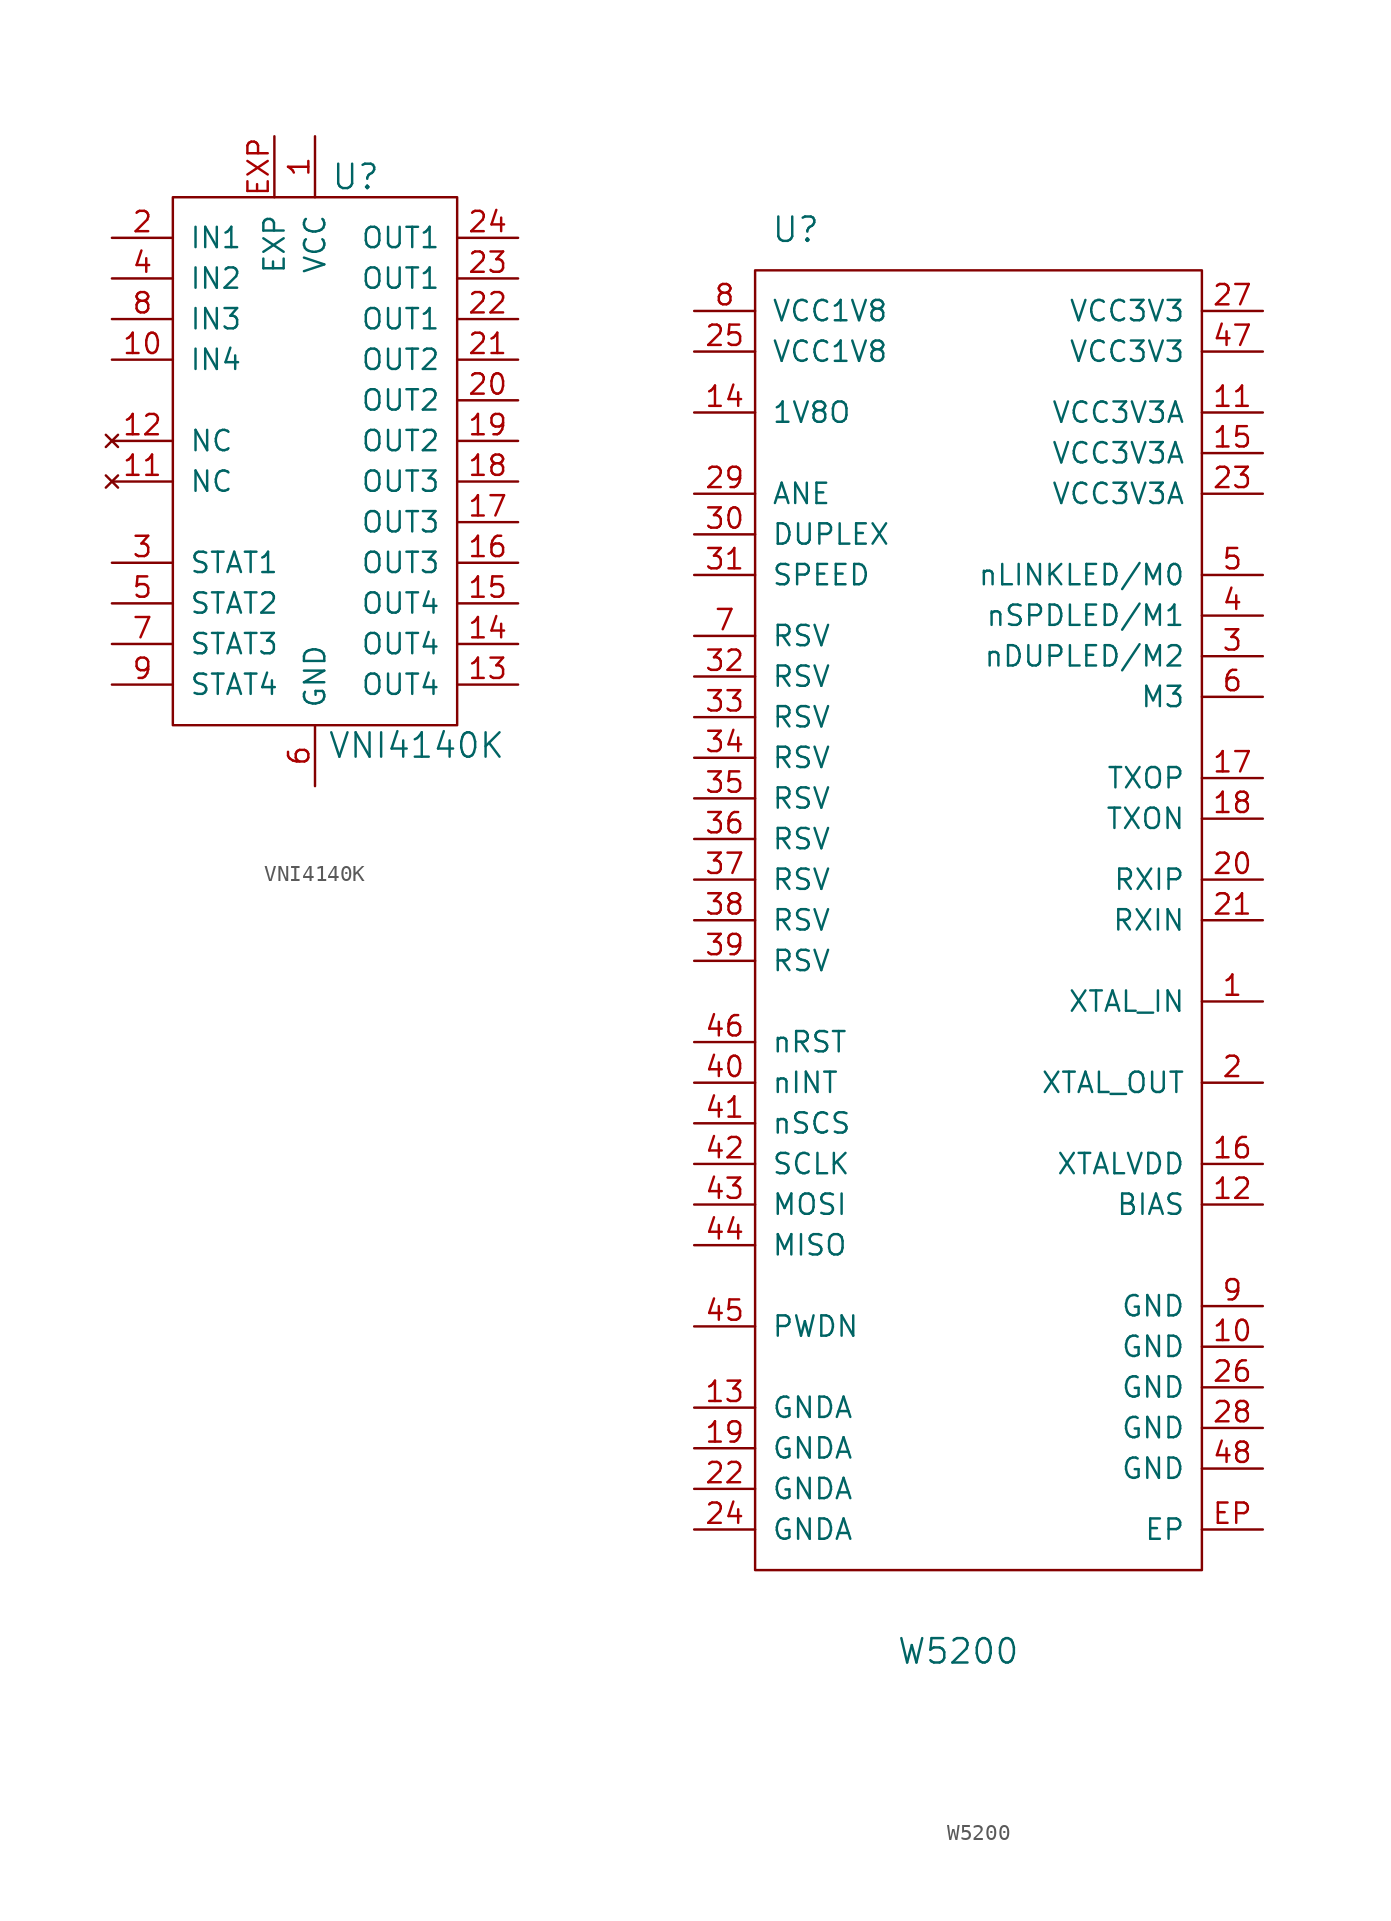
<source format=kicad_sym>
(kicad_symbol_lib
  (version 20210619)
  (generator kicad_symbol_editor)
  (symbol "tinkerforge:VNI4140K"
    (pin_names
      (offset 1.016))
    (property "Reference" "U"
      (at 2.54 17.78 0)
      (effects (font (size 1.524 1.524))))
    (property "Value" "VNI4140K"
      (at 6.35 -17.78 0)
      (effects (font (size 1.524 1.524))))
    (property "Footprint" ""
      (at -2.54 0 0)
      (effects (font (size 1.524 1.524))))
    (property "Datasheet" ""
      (at -2.54 0 0)
      (effects (font (size 1.524 1.524))))
    (symbol "VNI4140K_0_1"
      (rectangle (start -8.89 -16.51) (end 8.89 16.51) (stroke (width 0)) (fill (type none))))
    (symbol "VNI4140K_1_1"
      (pin input line (at 0 20.32 270) (length 3.81) (name "VCC" (effects (font (size 1.27 1.27)))) (number "1" (effects (font (size 1.27 1.27)))))
      (pin input line (at -12.7 6.35 0) (length 3.81) (name "IN4" (effects (font (size 1.27 1.27)))) (number "10" (effects (font (size 1.27 1.27)))))
      (pin no_connect line (at -12.7 -1.27 0) (length 3.81) (name "NC" (effects (font (size 1.27 1.27)))) (number "11" (effects (font (size 1.27 1.27)))))
      (pin no_connect line (at -12.7 1.27 0) (length 3.81) (name "NC" (effects (font (size 1.27 1.27)))) (number "12" (effects (font (size 1.27 1.27)))))
      (pin input line (at 12.7 -13.97 180) (length 3.81) (name "OUT4" (effects (font (size 1.27 1.27)))) (number "13" (effects (font (size 1.27 1.27)))))
      (pin input line (at 12.7 -11.43 180) (length 3.81) (name "OUT4" (effects (font (size 1.27 1.27)))) (number "14" (effects (font (size 1.27 1.27)))))
      (pin input line (at 12.7 -8.89 180) (length 3.81) (name "OUT4" (effects (font (size 1.27 1.27)))) (number "15" (effects (font (size 1.27 1.27)))))
      (pin input line (at 12.7 -6.35 180) (length 3.81) (name "OUT3" (effects (font (size 1.27 1.27)))) (number "16" (effects (font (size 1.27 1.27)))))
      (pin input line (at 12.7 -3.81 180) (length 3.81) (name "OUT3" (effects (font (size 1.27 1.27)))) (number "17" (effects (font (size 1.27 1.27)))))
      (pin input line (at 12.7 -1.27 180) (length 3.81) (name "OUT3" (effects (font (size 1.27 1.27)))) (number "18" (effects (font (size 1.27 1.27)))))
      (pin input line (at 12.7 1.27 180) (length 3.81) (name "OUT2" (effects (font (size 1.27 1.27)))) (number "19" (effects (font (size 1.27 1.27)))))
      (pin input line (at -12.7 13.97 0) (length 3.81) (name "IN1" (effects (font (size 1.27 1.27)))) (number "2" (effects (font (size 1.27 1.27)))))
      (pin input line (at 12.7 3.81 180) (length 3.81) (name "OUT2" (effects (font (size 1.27 1.27)))) (number "20" (effects (font (size 1.27 1.27)))))
      (pin input line (at 12.7 6.35 180) (length 3.81) (name "OUT2" (effects (font (size 1.27 1.27)))) (number "21" (effects (font (size 1.27 1.27)))))
      (pin input line (at 12.7 8.89 180) (length 3.81) (name "OUT1" (effects (font (size 1.27 1.27)))) (number "22" (effects (font (size 1.27 1.27)))))
      (pin input line (at 12.7 11.43 180) (length 3.81) (name "OUT1" (effects (font (size 1.27 1.27)))) (number "23" (effects (font (size 1.27 1.27)))))
      (pin input line (at 12.7 13.97 180) (length 3.81) (name "OUT1" (effects (font (size 1.27 1.27)))) (number "24" (effects (font (size 1.27 1.27)))))
      (pin input line (at -12.7 -6.35 0) (length 3.81) (name "STAT1" (effects (font (size 1.27 1.27)))) (number "3" (effects (font (size 1.27 1.27)))))
      (pin input line (at -12.7 11.43 0) (length 3.81) (name "IN2" (effects (font (size 1.27 1.27)))) (number "4" (effects (font (size 1.27 1.27)))))
      (pin input line (at -12.7 -8.89 0) (length 3.81) (name "STAT2" (effects (font (size 1.27 1.27)))) (number "5" (effects (font (size 1.27 1.27)))))
      (pin input line (at 0 -20.32 90) (length 3.81) (name "GND" (effects (font (size 1.27 1.27)))) (number "6" (effects (font (size 1.27 1.27)))))
      (pin input line (at -12.7 -11.43 0) (length 3.81) (name "STAT3" (effects (font (size 1.27 1.27)))) (number "7" (effects (font (size 1.27 1.27)))))
      (pin input line (at -12.7 8.89 0) (length 3.81) (name "IN3" (effects (font (size 1.27 1.27)))) (number "8" (effects (font (size 1.27 1.27)))))
      (pin input line (at -12.7 -13.97 0) (length 3.81) (name "STAT4" (effects (font (size 1.27 1.27)))) (number "9" (effects (font (size 1.27 1.27)))))
      (pin passive line (at -2.54 20.32 270) (length 3.81) (name "EXP" (effects (font (size 1.27 1.27)))) (number "EXP" (effects (font (size 1.27 1.27)))))))
  (symbol "tinkerforge:W5200"
    (pin_names
      (offset 1.016))
    (property "Reference" "U"
      (at -11.43 43.18 0)
      (effects (font (size 1.524 1.524))))
    (property "Value" "W5200"
      (at -1.27 -45.72 0)
      (effects (font (size 1.524 1.524))))
    (property "Footprint" ""
      (at 0 0 0)
      (effects (font (size 1.524 1.524))))
    (property "Datasheet" ""
      (at 0 0 0)
      (effects (font (size 1.524 1.524))))
    (symbol "W5200_0_1"
      (rectangle (start -13.97 40.64) (end 13.97 -40.64) (stroke (width 0)) (fill (type none))))
    (symbol "W5200_1_1"
      (pin passive line (at 17.78 -5.08 180) (length 3.81) (name "XTAL_IN" (effects (font (size 1.27 1.27)))) (number "1" (effects (font (size 1.27 1.27)))))
      (pin passive line (at 17.78 -26.67 180) (length 3.81) (name "GND" (effects (font (size 1.27 1.27)))) (number "10" (effects (font (size 1.27 1.27)))))
      (pin passive line (at 17.78 31.75 180) (length 3.81) (name "VCC3V3A" (effects (font (size 1.27 1.27)))) (number "11" (effects (font (size 1.27 1.27)))))
      (pin passive line (at 17.78 -17.78 180) (length 3.81) (name "BIAS" (effects (font (size 1.27 1.27)))) (number "12" (effects (font (size 1.27 1.27)))))
      (pin passive line (at -17.78 -30.48 0) (length 3.81) (name "GNDA" (effects (font (size 1.27 1.27)))) (number "13" (effects (font (size 1.27 1.27)))))
      (pin passive line (at -17.78 31.75 0) (length 3.81) (name "1V8O" (effects (font (size 1.27 1.27)))) (number "14" (effects (font (size 1.27 1.27)))))
      (pin passive line (at 17.78 29.21 180) (length 3.81) (name "VCC3V3A" (effects (font (size 1.27 1.27)))) (number "15" (effects (font (size 1.27 1.27)))))
      (pin passive line (at 17.78 -15.24 180) (length 3.81) (name "XTALVDD" (effects (font (size 1.27 1.27)))) (number "16" (effects (font (size 1.27 1.27)))))
      (pin passive line (at 17.78 8.89 180) (length 3.81) (name "TXOP" (effects (font (size 1.27 1.27)))) (number "17" (effects (font (size 1.27 1.27)))))
      (pin passive line (at 17.78 6.35 180) (length 3.81) (name "TXON" (effects (font (size 1.27 1.27)))) (number "18" (effects (font (size 1.27 1.27)))))
      (pin passive line (at -17.78 -33.02 0) (length 3.81) (name "GNDA" (effects (font (size 1.27 1.27)))) (number "19" (effects (font (size 1.27 1.27)))))
      (pin passive line (at 17.78 -10.16 180) (length 3.81) (name "XTAL_OUT" (effects (font (size 1.27 1.27)))) (number "2" (effects (font (size 1.27 1.27)))))
      (pin passive line (at 17.78 2.54 180) (length 3.81) (name "RXIP" (effects (font (size 1.27 1.27)))) (number "20" (effects (font (size 1.27 1.27)))))
      (pin passive line (at 17.78 0 180) (length 3.81) (name "RXIN" (effects (font (size 1.27 1.27)))) (number "21" (effects (font (size 1.27 1.27)))))
      (pin passive line (at -17.78 -35.56 0) (length 3.81) (name "GNDA" (effects (font (size 1.27 1.27)))) (number "22" (effects (font (size 1.27 1.27)))))
      (pin passive line (at 17.78 26.67 180) (length 3.81) (name "VCC3V3A" (effects (font (size 1.27 1.27)))) (number "23" (effects (font (size 1.27 1.27)))))
      (pin passive line (at -17.78 -38.1 0) (length 3.81) (name "GNDA" (effects (font (size 1.27 1.27)))) (number "24" (effects (font (size 1.27 1.27)))))
      (pin passive line (at -17.78 35.56 0) (length 3.81) (name "VCC1V8" (effects (font (size 1.27 1.27)))) (number "25" (effects (font (size 1.27 1.27)))))
      (pin passive line (at 17.78 -29.21 180) (length 3.81) (name "GND" (effects (font (size 1.27 1.27)))) (number "26" (effects (font (size 1.27 1.27)))))
      (pin passive line (at 17.78 38.1 180) (length 3.81) (name "VCC3V3" (effects (font (size 1.27 1.27)))) (number "27" (effects (font (size 1.27 1.27)))))
      (pin passive line (at 17.78 -31.75 180) (length 3.81) (name "GND" (effects (font (size 1.27 1.27)))) (number "28" (effects (font (size 1.27 1.27)))))
      (pin passive line (at -17.78 26.67 0) (length 3.81) (name "ANE" (effects (font (size 1.27 1.27)))) (number "29" (effects (font (size 1.27 1.27)))))
      (pin passive line (at 17.78 16.51 180) (length 3.81) (name "nDUPLED/M2" (effects (font (size 1.27 1.27)))) (number "3" (effects (font (size 1.27 1.27)))))
      (pin passive line (at -17.78 24.13 0) (length 3.81) (name "DUPLEX" (effects (font (size 1.27 1.27)))) (number "30" (effects (font (size 1.27 1.27)))))
      (pin passive line (at -17.78 21.59 0) (length 3.81) (name "SPEED" (effects (font (size 1.27 1.27)))) (number "31" (effects (font (size 1.27 1.27)))))
      (pin passive line (at -17.78 15.24 0) (length 3.81) (name "RSV" (effects (font (size 1.27 1.27)))) (number "32" (effects (font (size 1.27 1.27)))))
      (pin passive line (at -17.78 12.7 0) (length 3.81) (name "RSV" (effects (font (size 1.27 1.27)))) (number "33" (effects (font (size 1.27 1.27)))))
      (pin passive line (at -17.78 10.16 0) (length 3.81) (name "RSV" (effects (font (size 1.27 1.27)))) (number "34" (effects (font (size 1.27 1.27)))))
      (pin passive line (at -17.78 7.62 0) (length 3.81) (name "RSV" (effects (font (size 1.27 1.27)))) (number "35" (effects (font (size 1.27 1.27)))))
      (pin passive line (at -17.78 5.08 0) (length 3.81) (name "RSV" (effects (font (size 1.27 1.27)))) (number "36" (effects (font (size 1.27 1.27)))))
      (pin passive line (at -17.78 2.54 0) (length 3.81) (name "RSV" (effects (font (size 1.27 1.27)))) (number "37" (effects (font (size 1.27 1.27)))))
      (pin passive line (at -17.78 0 0) (length 3.81) (name "RSV" (effects (font (size 1.27 1.27)))) (number "38" (effects (font (size 1.27 1.27)))))
      (pin passive line (at -17.78 -2.54 0) (length 3.81) (name "RSV" (effects (font (size 1.27 1.27)))) (number "39" (effects (font (size 1.27 1.27)))))
      (pin passive line (at 17.78 19.05 180) (length 3.81) (name "nSPDLED/M1" (effects (font (size 1.27 1.27)))) (number "4" (effects (font (size 1.27 1.27)))))
      (pin passive line (at -17.78 -10.16 0) (length 3.81) (name "nINT" (effects (font (size 1.27 1.27)))) (number "40" (effects (font (size 1.27 1.27)))))
      (pin passive line (at -17.78 -12.7 0) (length 3.81) (name "nSCS" (effects (font (size 1.27 1.27)))) (number "41" (effects (font (size 1.27 1.27)))))
      (pin passive line (at -17.78 -15.24 0) (length 3.81) (name "SCLK" (effects (font (size 1.27 1.27)))) (number "42" (effects (font (size 1.27 1.27)))))
      (pin passive line (at -17.78 -17.78 0) (length 3.81) (name "MOSI" (effects (font (size 1.27 1.27)))) (number "43" (effects (font (size 1.27 1.27)))))
      (pin passive line (at -17.78 -20.32 0) (length 3.81) (name "MISO" (effects (font (size 1.27 1.27)))) (number "44" (effects (font (size 1.27 1.27)))))
      (pin passive line (at -17.78 -25.4 0) (length 3.81) (name "PWDN" (effects (font (size 1.27 1.27)))) (number "45" (effects (font (size 1.27 1.27)))))
      (pin passive line (at -17.78 -7.62 0) (length 3.81) (name "nRST" (effects (font (size 1.27 1.27)))) (number "46" (effects (font (size 1.27 1.27)))))
      (pin passive line (at 17.78 35.56 180) (length 3.81) (name "VCC3V3" (effects (font (size 1.27 1.27)))) (number "47" (effects (font (size 1.27 1.27)))))
      (pin passive line (at 17.78 -34.29 180) (length 3.81) (name "GND" (effects (font (size 1.27 1.27)))) (number "48" (effects (font (size 1.27 1.27)))))
      (pin passive line (at 17.78 21.59 180) (length 3.81) (name "nLINKLED/M0" (effects (font (size 1.27 1.27)))) (number "5" (effects (font (size 1.27 1.27)))))
      (pin passive line (at 17.78 13.97 180) (length 3.81) (name "M3" (effects (font (size 1.27 1.27)))) (number "6" (effects (font (size 1.27 1.27)))))
      (pin passive line (at -17.78 17.78 0) (length 3.81) (name "RSV" (effects (font (size 1.27 1.27)))) (number "7" (effects (font (size 1.27 1.27)))))
      (pin passive line (at -17.78 38.1 0) (length 3.81) (name "VCC1V8" (effects (font (size 1.27 1.27)))) (number "8" (effects (font (size 1.27 1.27)))))
      (pin passive line (at 17.78 -24.13 180) (length 3.81) (name "GND" (effects (font (size 1.27 1.27)))) (number "9" (effects (font (size 1.27 1.27)))))
      (pin passive line (at 17.78 -38.1 180) (length 3.81) (name "EP" (effects (font (size 1.27 1.27)))) (number "EP" (effects (font (size 1.27 1.27))))))))
</source>
